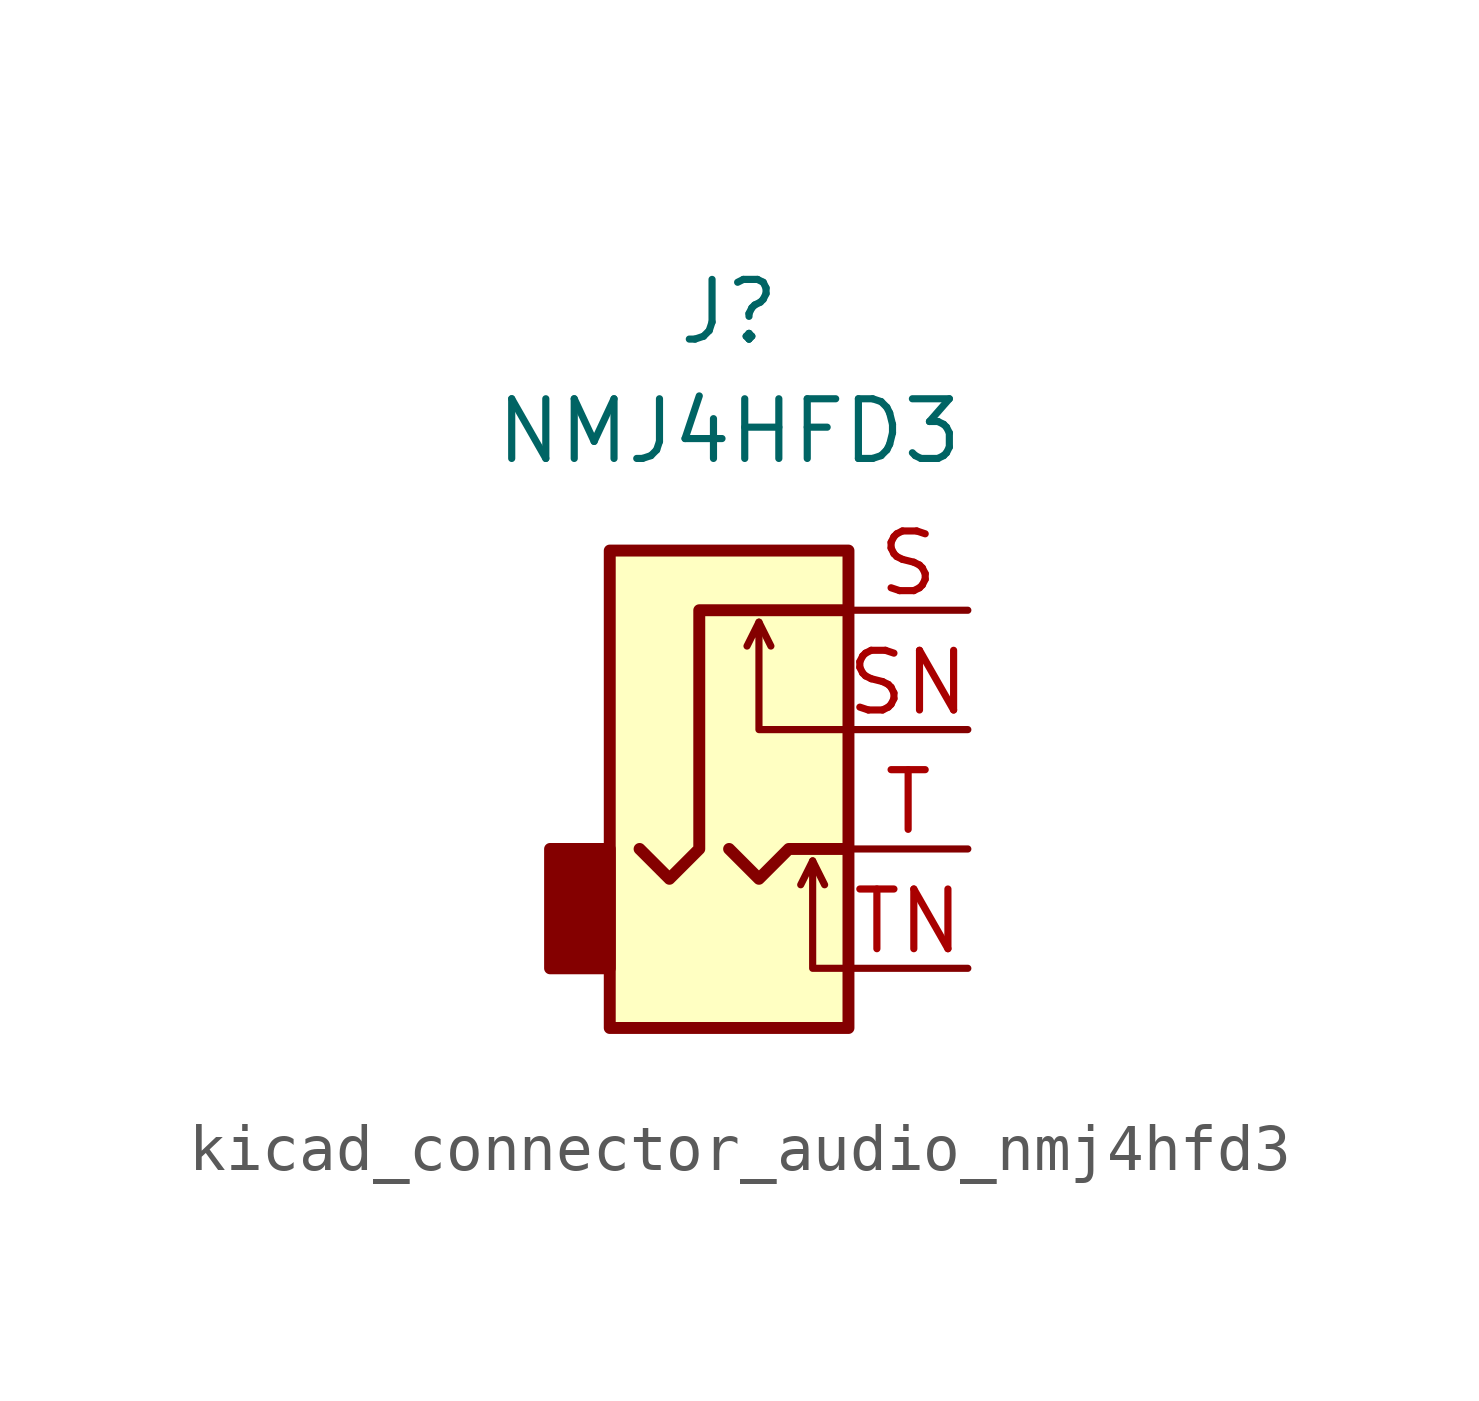
<source format=kicad_sym>
(kicad_symbol_lib
  (version 20220914)
  (generator kicad_symbol_editor)
  (symbol "kicad_connector_audio_nmj4hfd3"
    (property "Reference" "J"
      (at 0 11.43 0)
      (effects (font (size 1.27 1.27))))
    (property "Value" "NMJ4HFD3"
      (at 0 8.89 0)
      (effects (font (size 1.27 1.27))))
    (symbol "kicad_connector_audio_nmj4hfd3_0_1"
      (rectangle (start -2.54 0) (end -3.81 -2.54) (stroke (width 0.254) (type default)) (fill (type outline)))
      (rectangle (start 2.54 6.35) (end -2.54 -3.81) (stroke (width 0.254) (type default)) (fill (type background))))
    (symbol "kicad_connector_audio_nmj4hfd3_1_1"
      (polyline (pts (xy 0.635 4.826) (xy 0.889 4.318)) (stroke (width 0) (type default)) (fill (type none)))
      (polyline (pts (xy 1.778 -0.254) (xy 2.032 -0.762)) (stroke (width 0) (type default)) (fill (type none)))
      (polyline (pts (xy 0 0) (xy 0.635 -0.635) (xy 1.27 0) (xy 2.54 0)) (stroke (width 0.254) (type default)) (fill (type none)))
      (polyline (pts (xy 2.54 -2.54) (xy 1.778 -2.54) (xy 1.778 -0.254) (xy 1.524 -0.762)) (stroke (width 0) (type default)) (fill (type none)))
      (polyline (pts (xy 2.54 2.54) (xy 0.635 2.54) (xy 0.635 4.826) (xy 0.381 4.318)) (stroke (width 0) (type default)) (fill (type none)))
      (polyline (pts (xy 2.54 5.08) (xy -0.635 5.08) (xy -0.635 0) (xy -1.27 -0.635) (xy -1.905 0)) (stroke (width 0.254) (type default)) (fill (type none)))
      (pin passive line (at 5.08 5.08 180) (length 2.54) (name "~" (effects (font (size 1.27 1.27)))) (number "S" (effects (font (size 1.27 1.27)))))
      (pin passive line (at 5.08 2.54 180) (length 2.54) (name "~" (effects (font (size 1.27 1.27)))) (number "SN" (effects (font (size 1.27 1.27)))))
      (pin passive line (at 5.08 0 180) (length 2.54) (name "~" (effects (font (size 1.27 1.27)))) (number "T" (effects (font (size 1.27 1.27)))))
      (pin passive line (at 5.08 -2.54 180) (length 2.54) (name "~" (effects (font (size 1.27 1.27)))) (number "TN" (effects (font (size 1.27 1.27))))))))
</source>
